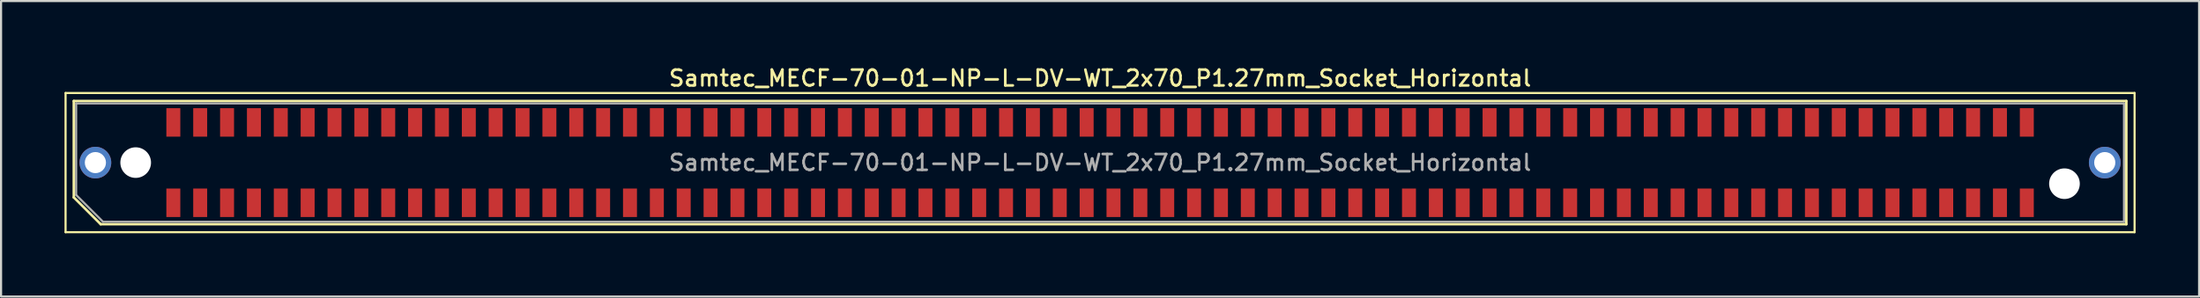
<source format=kicad_pcb>
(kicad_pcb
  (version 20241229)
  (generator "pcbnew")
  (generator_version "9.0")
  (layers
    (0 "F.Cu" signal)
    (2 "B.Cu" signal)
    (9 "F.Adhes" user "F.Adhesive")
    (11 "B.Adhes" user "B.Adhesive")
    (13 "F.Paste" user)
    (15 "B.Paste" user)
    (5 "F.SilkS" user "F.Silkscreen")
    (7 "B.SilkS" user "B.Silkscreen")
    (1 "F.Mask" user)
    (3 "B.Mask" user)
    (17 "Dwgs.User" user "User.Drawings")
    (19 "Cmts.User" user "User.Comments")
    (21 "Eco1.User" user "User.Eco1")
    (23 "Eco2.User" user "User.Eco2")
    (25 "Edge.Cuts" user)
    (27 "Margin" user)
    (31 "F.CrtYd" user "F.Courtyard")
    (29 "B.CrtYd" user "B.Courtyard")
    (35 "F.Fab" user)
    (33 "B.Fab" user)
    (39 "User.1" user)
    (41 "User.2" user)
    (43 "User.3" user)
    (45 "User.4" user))
  (footprint "Samtec_MECF-70-01-NP-L-DV-WT_2x70_P1.27mm_Socket_Horizontal"
    (layer "F.Cu")
    (at 48.96 4.658)
    (property "Reference" "Samtec_MECF-70-01-NP-L-DV-WT_2x70_P1.27mm_Socket_Horizontal" (at 0 -4 0) (layer "F.SilkS") (effects (font (size 0.75 0.75) (thickness 0.125))))
    (attr smd)
    (fp_line (start -48.91 -3.3) (end -48.91 3.3) (stroke (width 0.1) (type solid)) (layer "F.SilkS"))
    (fp_line (start -48.91 3.3) (end 48.91 3.3) (stroke (width 0.1) (type solid)) (layer "F.SilkS"))
    (fp_line (start -48.52 -2.92) (end 48.52 -2.92) (stroke (width 0.12) (type solid)) (layer "F.SilkS"))
    (fp_line (start -48.52 1.65) (end -48.52 -2.92) (stroke (width 0.12) (type solid)) (layer "F.SilkS"))
    (fp_line (start -47.25 2.92) (end -48.52 1.65) (stroke (width 0.12) (type solid)) (layer "F.SilkS"))
    (fp_line (start -47.25 2.92) (end 48.52 2.92) (stroke (width 0.12) (type solid)) (layer "F.SilkS"))
    (fp_line (start 48.52 2.92) (end 48.52 -2.92) (stroke (width 0.12) (type solid)) (layer "F.SilkS"))
    (fp_line (start 48.91 -3.3) (end -48.91 -3.3) (stroke (width 0.1) (type solid)) (layer "F.SilkS"))
    (fp_line (start 48.91 3.3) (end 48.91 -3.3) (stroke (width 0.1) (type solid)) (layer "F.SilkS"))
    (fp_line (start -48.41 -2.805) (end 48.41 -2.805) (stroke (width 0.1) (type solid)) (layer "F.Fab"))
    (fp_line (start -48.41 1.535) (end -48.41 -2.805) (stroke (width 0.1) (type solid)) (layer "F.Fab"))
    (fp_line (start -48.41 1.535) (end -47.14 2.805) (stroke (width 0.1) (type solid)) (layer "F.Fab"))
    (fp_line (start -47.14 2.805) (end 48.41 2.805) (stroke (width 0.1) (type solid)) (layer "F.Fab"))
    (fp_line (start 48.41 2.805) (end 48.41 -2.805) (stroke (width 0.1) (type solid)) (layer "F.Fab"))
    (fp_text user "${REFERENCE}" (at 0 0 0) (layer "F.Fab") (effects (font (size 0.75 0.75) (thickness 0.125))))
    (pad "" thru_hole circle (at -47.5 0) (size 1.5 1.5) (drill 1) (layers "*.Cu" "*.Mask"))
    (pad "" np_thru_hole circle (at -45.595 0) (size 1.45 1.45) (drill 1.45) (layers "*.Cu" "*.Mask"))
    (pad "" np_thru_hole circle (at 45.595 1) (size 1.45 1.45) (drill 1.45) (layers "*.Cu" "*.Mask"))
    (pad "" thru_hole circle (at 47.5 0) (size 1.5 1.5) (drill 1) (layers "*.Cu" "*.Mask"))
    (pad "1" smd rect (at -43.815 1.905) (size 0.66 1.35) (layers "F.Cu" "F.Mask" "F.Paste"))
    (pad "2" smd rect (at -43.815 -1.905) (size 0.66 1.35) (layers "F.Cu" "F.Mask" "F.Paste"))
    (pad "3" smd rect (at -42.545 1.905) (size 0.66 1.35) (layers "F.Cu" "F.Mask" "F.Paste"))
    (pad "4" smd rect (at -42.545 -1.905) (size 0.66 1.35) (layers "F.Cu" "F.Mask" "F.Paste"))
    (pad "5" smd rect (at -41.275 1.905) (size 0.66 1.35) (layers "F.Cu" "F.Mask" "F.Paste"))
    (pad "6" smd rect (at -41.275 -1.905) (size 0.66 1.35) (layers "F.Cu" "F.Mask" "F.Paste"))
    (pad "7" smd rect (at -40.005 1.905) (size 0.66 1.35) (layers "F.Cu" "F.Mask" "F.Paste"))
    (pad "8" smd rect (at -40.005 -1.905) (size 0.66 1.35) (layers "F.Cu" "F.Mask" "F.Paste"))
    (pad "9" smd rect (at -38.735 1.905) (size 0.66 1.35) (layers "F.Cu" "F.Mask" "F.Paste"))
    (pad "10" smd rect (at -38.735 -1.905) (size 0.66 1.35) (layers "F.Cu" "F.Mask" "F.Paste"))
    (pad "11" smd rect (at -37.465 1.905) (size 0.66 1.35) (layers "F.Cu" "F.Mask" "F.Paste"))
    (pad "12" smd rect (at -37.465 -1.905) (size 0.66 1.35) (layers "F.Cu" "F.Mask" "F.Paste"))
    (pad "13" smd rect (at -36.195 1.905) (size 0.66 1.35) (layers "F.Cu" "F.Mask" "F.Paste"))
    (pad "14" smd rect (at -36.195 -1.905) (size 0.66 1.35) (layers "F.Cu" "F.Mask" "F.Paste"))
    (pad "15" smd rect (at -34.925 1.905) (size 0.66 1.35) (layers "F.Cu" "F.Mask" "F.Paste"))
    (pad "16" smd rect (at -34.925 -1.905) (size 0.66 1.35) (layers "F.Cu" "F.Mask" "F.Paste"))
    (pad "17" smd rect (at -33.655 1.905) (size 0.66 1.35) (layers "F.Cu" "F.Mask" "F.Paste"))
    (pad "18" smd rect (at -33.655 -1.905) (size 0.66 1.35) (layers "F.Cu" "F.Mask" "F.Paste"))
    (pad "19" smd rect (at -32.385 1.905) (size 0.66 1.35) (layers "F.Cu" "F.Mask" "F.Paste"))
    (pad "20" smd rect (at -32.385 -1.905) (size 0.66 1.35) (layers "F.Cu" "F.Mask" "F.Paste"))
    (pad "21" smd rect (at -31.115 1.905) (size 0.66 1.35) (layers "F.Cu" "F.Mask" "F.Paste"))
    (pad "22" smd rect (at -31.115 -1.905) (size 0.66 1.35) (layers "F.Cu" "F.Mask" "F.Paste"))
    (pad "23" smd rect (at -29.845 1.905) (size 0.66 1.35) (layers "F.Cu" "F.Mask" "F.Paste"))
    (pad "24" smd rect (at -29.845 -1.905) (size 0.66 1.35) (layers "F.Cu" "F.Mask" "F.Paste"))
    (pad "25" smd rect (at -28.575 1.905) (size 0.66 1.35) (layers "F.Cu" "F.Mask" "F.Paste"))
    (pad "26" smd rect (at -28.575 -1.905) (size 0.66 1.35) (layers "F.Cu" "F.Mask" "F.Paste"))
    (pad "27" smd rect (at -27.305 1.905) (size 0.66 1.35) (layers "F.Cu" "F.Mask" "F.Paste"))
    (pad "28" smd rect (at -27.305 -1.905) (size 0.66 1.35) (layers "F.Cu" "F.Mask" "F.Paste"))
    (pad "29" smd rect (at -26.035 1.905) (size 0.66 1.35) (layers "F.Cu" "F.Mask" "F.Paste"))
    (pad "30" smd rect (at -26.035 -1.905) (size 0.66 1.35) (layers "F.Cu" "F.Mask" "F.Paste"))
    (pad "31" smd rect (at -24.765 1.905) (size 0.66 1.35) (layers "F.Cu" "F.Mask" "F.Paste"))
    (pad "32" smd rect (at -24.765 -1.905) (size 0.66 1.35) (layers "F.Cu" "F.Mask" "F.Paste"))
    (pad "33" smd rect (at -23.495 1.905) (size 0.66 1.35) (layers "F.Cu" "F.Mask" "F.Paste"))
    (pad "34" smd rect (at -23.495 -1.905) (size 0.66 1.35) (layers "F.Cu" "F.Mask" "F.Paste"))
    (pad "35" smd rect (at -22.225 1.905) (size 0.66 1.35) (layers "F.Cu" "F.Mask" "F.Paste"))
    (pad "36" smd rect (at -22.225 -1.905) (size 0.66 1.35) (layers "F.Cu" "F.Mask" "F.Paste"))
    (pad "37" smd rect (at -20.955 1.905) (size 0.66 1.35) (layers "F.Cu" "F.Mask" "F.Paste"))
    (pad "38" smd rect (at -20.955 -1.905) (size 0.66 1.35) (layers "F.Cu" "F.Mask" "F.Paste"))
    (pad "39" smd rect (at -19.685 1.905) (size 0.66 1.35) (layers "F.Cu" "F.Mask" "F.Paste"))
    (pad "40" smd rect (at -19.685 -1.905) (size 0.66 1.35) (layers "F.Cu" "F.Mask" "F.Paste"))
    (pad "41" smd rect (at -18.415 1.905) (size 0.66 1.35) (layers "F.Cu" "F.Mask" "F.Paste"))
    (pad "42" smd rect (at -18.415 -1.905) (size 0.66 1.35) (layers "F.Cu" "F.Mask" "F.Paste"))
    (pad "43" smd rect (at -17.145 1.905) (size 0.66 1.35) (layers "F.Cu" "F.Mask" "F.Paste"))
    (pad "44" smd rect (at -17.145 -1.905) (size 0.66 1.35) (layers "F.Cu" "F.Mask" "F.Paste"))
    (pad "45" smd rect (at -15.875 1.905) (size 0.66 1.35) (layers "F.Cu" "F.Mask" "F.Paste"))
    (pad "46" smd rect (at -15.875 -1.905) (size 0.66 1.35) (layers "F.Cu" "F.Mask" "F.Paste"))
    (pad "47" smd rect (at -14.605 1.905) (size 0.66 1.35) (layers "F.Cu" "F.Mask" "F.Paste"))
    (pad "48" smd rect (at -14.605 -1.905) (size 0.66 1.35) (layers "F.Cu" "F.Mask" "F.Paste"))
    (pad "49" smd rect (at -13.335 1.905) (size 0.66 1.35) (layers "F.Cu" "F.Mask" "F.Paste"))
    (pad "50" smd rect (at -13.335 -1.905) (size 0.66 1.35) (layers "F.Cu" "F.Mask" "F.Paste"))
    (pad "51" smd rect (at -12.065 1.905) (size 0.66 1.35) (layers "F.Cu" "F.Mask" "F.Paste"))
    (pad "52" smd rect (at -12.065 -1.905) (size 0.66 1.35) (layers "F.Cu" "F.Mask" "F.Paste"))
    (pad "53" smd rect (at -10.795 1.905) (size 0.66 1.35) (layers "F.Cu" "F.Mask" "F.Paste"))
    (pad "54" smd rect (at -10.795 -1.905) (size 0.66 1.35) (layers "F.Cu" "F.Mask" "F.Paste"))
    (pad "55" smd rect (at -9.525 1.905) (size 0.66 1.35) (layers "F.Cu" "F.Mask" "F.Paste"))
    (pad "56" smd rect (at -9.525 -1.905) (size 0.66 1.35) (layers "F.Cu" "F.Mask" "F.Paste"))
    (pad "57" smd rect (at -8.255 1.905) (size 0.66 1.35) (layers "F.Cu" "F.Mask" "F.Paste"))
    (pad "58" smd rect (at -8.255 -1.905) (size 0.66 1.35) (layers "F.Cu" "F.Mask" "F.Paste"))
    (pad "59" smd rect (at -6.985 1.905) (size 0.66 1.35) (layers "F.Cu" "F.Mask" "F.Paste"))
    (pad "60" smd rect (at -6.985 -1.905) (size 0.66 1.35) (layers "F.Cu" "F.Mask" "F.Paste"))
    (pad "61" smd rect (at -5.715 1.905) (size 0.66 1.35) (layers "F.Cu" "F.Mask" "F.Paste"))
    (pad "62" smd rect (at -5.715 -1.905) (size 0.66 1.35) (layers "F.Cu" "F.Mask" "F.Paste"))
    (pad "63" smd rect (at -4.445 1.905) (size 0.66 1.35) (layers "F.Cu" "F.Mask" "F.Paste"))
    (pad "64" smd rect (at -4.445 -1.905) (size 0.66 1.35) (layers "F.Cu" "F.Mask" "F.Paste"))
    (pad "65" smd rect (at -3.175 1.905) (size 0.66 1.35) (layers "F.Cu" "F.Mask" "F.Paste"))
    (pad "66" smd rect (at -3.175 -1.905) (size 0.66 1.35) (layers "F.Cu" "F.Mask" "F.Paste"))
    (pad "67" smd rect (at -1.905 1.905) (size 0.66 1.35) (layers "F.Cu" "F.Mask" "F.Paste"))
    (pad "68" smd rect (at -1.905 -1.905) (size 0.66 1.35) (layers "F.Cu" "F.Mask" "F.Paste"))
    (pad "69" smd rect (at -0.635 1.905) (size 0.66 1.35) (layers "F.Cu" "F.Mask" "F.Paste"))
    (pad "70" smd rect (at -0.635 -1.905) (size 0.66 1.35) (layers "F.Cu" "F.Mask" "F.Paste"))
    (pad "71" smd rect (at 0.635 1.905) (size 0.66 1.35) (layers "F.Cu" "F.Mask" "F.Paste"))
    (pad "72" smd rect (at 0.635 -1.905) (size 0.66 1.35) (layers "F.Cu" "F.Mask" "F.Paste"))
    (pad "73" smd rect (at 1.905 1.905) (size 0.66 1.35) (layers "F.Cu" "F.Mask" "F.Paste"))
    (pad "74" smd rect (at 1.905 -1.905) (size 0.66 1.35) (layers "F.Cu" "F.Mask" "F.Paste"))
    (pad "75" smd rect (at 3.175 1.905) (size 0.66 1.35) (layers "F.Cu" "F.Mask" "F.Paste"))
    (pad "76" smd rect (at 3.175 -1.905) (size 0.66 1.35) (layers "F.Cu" "F.Mask" "F.Paste"))
    (pad "77" smd rect (at 4.445 1.905) (size 0.66 1.35) (layers "F.Cu" "F.Mask" "F.Paste"))
    (pad "78" smd rect (at 4.445 -1.905) (size 0.66 1.35) (layers "F.Cu" "F.Mask" "F.Paste"))
    (pad "79" smd rect (at 5.715 1.905) (size 0.66 1.35) (layers "F.Cu" "F.Mask" "F.Paste"))
    (pad "80" smd rect (at 5.715 -1.905) (size 0.66 1.35) (layers "F.Cu" "F.Mask" "F.Paste"))
    (pad "81" smd rect (at 6.985 1.905) (size 0.66 1.35) (layers "F.Cu" "F.Mask" "F.Paste"))
    (pad "82" smd rect (at 6.985 -1.905) (size 0.66 1.35) (layers "F.Cu" "F.Mask" "F.Paste"))
    (pad "83" smd rect (at 8.255 1.905) (size 0.66 1.35) (layers "F.Cu" "F.Mask" "F.Paste"))
    (pad "84" smd rect (at 8.255 -1.905) (size 0.66 1.35) (layers "F.Cu" "F.Mask" "F.Paste"))
    (pad "85" smd rect (at 9.525 1.905) (size 0.66 1.35) (layers "F.Cu" "F.Mask" "F.Paste"))
    (pad "86" smd rect (at 9.525 -1.905) (size 0.66 1.35) (layers "F.Cu" "F.Mask" "F.Paste"))
    (pad "87" smd rect (at 10.795 1.905) (size 0.66 1.35) (layers "F.Cu" "F.Mask" "F.Paste"))
    (pad "88" smd rect (at 10.795 -1.905) (size 0.66 1.35) (layers "F.Cu" "F.Mask" "F.Paste"))
    (pad "89" smd rect (at 12.065 1.905) (size 0.66 1.35) (layers "F.Cu" "F.Mask" "F.Paste"))
    (pad "90" smd rect (at 12.065 -1.905) (size 0.66 1.35) (layers "F.Cu" "F.Mask" "F.Paste"))
    (pad "91" smd rect (at 13.335 1.905) (size 0.66 1.35) (layers "F.Cu" "F.Mask" "F.Paste"))
    (pad "92" smd rect (at 13.335 -1.905) (size 0.66 1.35) (layers "F.Cu" "F.Mask" "F.Paste"))
    (pad "93" smd rect (at 14.605 1.905) (size 0.66 1.35) (layers "F.Cu" "F.Mask" "F.Paste"))
    (pad "94" smd rect (at 14.605 -1.905) (size 0.66 1.35) (layers "F.Cu" "F.Mask" "F.Paste"))
    (pad "95" smd rect (at 15.875 1.905) (size 0.66 1.35) (layers "F.Cu" "F.Mask" "F.Paste"))
    (pad "96" smd rect (at 15.875 -1.905) (size 0.66 1.35) (layers "F.Cu" "F.Mask" "F.Paste"))
    (pad "97" smd rect (at 17.145 1.905) (size 0.66 1.35) (layers "F.Cu" "F.Mask" "F.Paste"))
    (pad "98" smd rect (at 17.145 -1.905) (size 0.66 1.35) (layers "F.Cu" "F.Mask" "F.Paste"))
    (pad "99" smd rect (at 18.415 1.905) (size 0.66 1.35) (layers "F.Cu" "F.Mask" "F.Paste"))
    (pad "100" smd rect (at 18.415 -1.905) (size 0.66 1.35) (layers "F.Cu" "F.Mask" "F.Paste"))
    (pad "101" smd rect (at 19.685 1.905) (size 0.66 1.35) (layers "F.Cu" "F.Mask" "F.Paste"))
    (pad "102" smd rect (at 19.685 -1.905) (size 0.66 1.35) (layers "F.Cu" "F.Mask" "F.Paste"))
    (pad "103" smd rect (at 20.955 1.905) (size 0.66 1.35) (layers "F.Cu" "F.Mask" "F.Paste"))
    (pad "104" smd rect (at 20.955 -1.905) (size 0.66 1.35) (layers "F.Cu" "F.Mask" "F.Paste"))
    (pad "105" smd rect (at 22.225 1.905) (size 0.66 1.35) (layers "F.Cu" "F.Mask" "F.Paste"))
    (pad "106" smd rect (at 22.225 -1.905) (size 0.66 1.35) (layers "F.Cu" "F.Mask" "F.Paste"))
    (pad "107" smd rect (at 23.495 1.905) (size 0.66 1.35) (layers "F.Cu" "F.Mask" "F.Paste"))
    (pad "108" smd rect (at 23.495 -1.905) (size 0.66 1.35) (layers "F.Cu" "F.Mask" "F.Paste"))
    (pad "109" smd rect (at 24.765 1.905) (size 0.66 1.35) (layers "F.Cu" "F.Mask" "F.Paste"))
    (pad "110" smd rect (at 24.765 -1.905) (size 0.66 1.35) (layers "F.Cu" "F.Mask" "F.Paste"))
    (pad "111" smd rect (at 26.035 1.905) (size 0.66 1.35) (layers "F.Cu" "F.Mask" "F.Paste"))
    (pad "112" smd rect (at 26.035 -1.905) (size 0.66 1.35) (layers "F.Cu" "F.Mask" "F.Paste"))
    (pad "113" smd rect (at 27.305 1.905) (size 0.66 1.35) (layers "F.Cu" "F.Mask" "F.Paste"))
    (pad "114" smd rect (at 27.305 -1.905) (size 0.66 1.35) (layers "F.Cu" "F.Mask" "F.Paste"))
    (pad "115" smd rect (at 28.575 1.905) (size 0.66 1.35) (layers "F.Cu" "F.Mask" "F.Paste"))
    (pad "116" smd rect (at 28.575 -1.905) (size 0.66 1.35) (layers "F.Cu" "F.Mask" "F.Paste"))
    (pad "117" smd rect (at 29.845 1.905) (size 0.66 1.35) (layers "F.Cu" "F.Mask" "F.Paste"))
    (pad "118" smd rect (at 29.845 -1.905) (size 0.66 1.35) (layers "F.Cu" "F.Mask" "F.Paste"))
    (pad "119" smd rect (at 31.115 1.905) (size 0.66 1.35) (layers "F.Cu" "F.Mask" "F.Paste"))
    (pad "120" smd rect (at 31.115 -1.905) (size 0.66 1.35) (layers "F.Cu" "F.Mask" "F.Paste"))
    (pad "121" smd rect (at 32.385 1.905) (size 0.66 1.35) (layers "F.Cu" "F.Mask" "F.Paste"))
    (pad "122" smd rect (at 32.385 -1.905) (size 0.66 1.35) (layers "F.Cu" "F.Mask" "F.Paste"))
    (pad "123" smd rect (at 33.655 1.905) (size 0.66 1.35) (layers "F.Cu" "F.Mask" "F.Paste"))
    (pad "124" smd rect (at 33.655 -1.905) (size 0.66 1.35) (layers "F.Cu" "F.Mask" "F.Paste"))
    (pad "125" smd rect (at 34.925 1.905) (size 0.66 1.35) (layers "F.Cu" "F.Mask" "F.Paste"))
    (pad "126" smd rect (at 34.925 -1.905) (size 0.66 1.35) (layers "F.Cu" "F.Mask" "F.Paste"))
    (pad "127" smd rect (at 36.195 1.905) (size 0.66 1.35) (layers "F.Cu" "F.Mask" "F.Paste"))
    (pad "128" smd rect (at 36.195 -1.905) (size 0.66 1.35) (layers "F.Cu" "F.Mask" "F.Paste"))
    (pad "129" smd rect (at 37.465 1.905) (size 0.66 1.35) (layers "F.Cu" "F.Mask" "F.Paste"))
    (pad "130" smd rect (at 37.465 -1.905) (size 0.66 1.35) (layers "F.Cu" "F.Mask" "F.Paste"))
    (pad "131" smd rect (at 38.735 1.905) (size 0.66 1.35) (layers "F.Cu" "F.Mask" "F.Paste"))
    (pad "132" smd rect (at 38.735 -1.905) (size 0.66 1.35) (layers "F.Cu" "F.Mask" "F.Paste"))
    (pad "133" smd rect (at 40.005 1.905) (size 0.66 1.35) (layers "F.Cu" "F.Mask" "F.Paste"))
    (pad "134" smd rect (at 40.005 -1.905) (size 0.66 1.35) (layers "F.Cu" "F.Mask" "F.Paste"))
    (pad "135" smd rect (at 41.275 1.905) (size 0.66 1.35) (layers "F.Cu" "F.Mask" "F.Paste"))
    (pad "136" smd rect (at 41.275 -1.905) (size 0.66 1.35) (layers "F.Cu" "F.Mask" "F.Paste"))
    (pad "137" smd rect (at 42.545 1.905) (size 0.66 1.35) (layers "F.Cu" "F.Mask" "F.Paste"))
    (pad "138" smd rect (at 42.545 -1.905) (size 0.66 1.35) (layers "F.Cu" "F.Mask" "F.Paste"))
    (pad "139" smd rect (at 43.815 1.905) (size 0.66 1.35) (layers "F.Cu" "F.Mask" "F.Paste"))
    (pad "140" smd rect (at 43.815 -1.905) (size 0.66 1.35) (layers "F.Cu" "F.Mask" "F.Paste")))
  (gr_rect
    (start -3 -3)
    (end 100.92 11.008)
    (stroke (width 0.1) (type default))
    (fill no)
    (layer "Edge.Cuts")))
</source>
